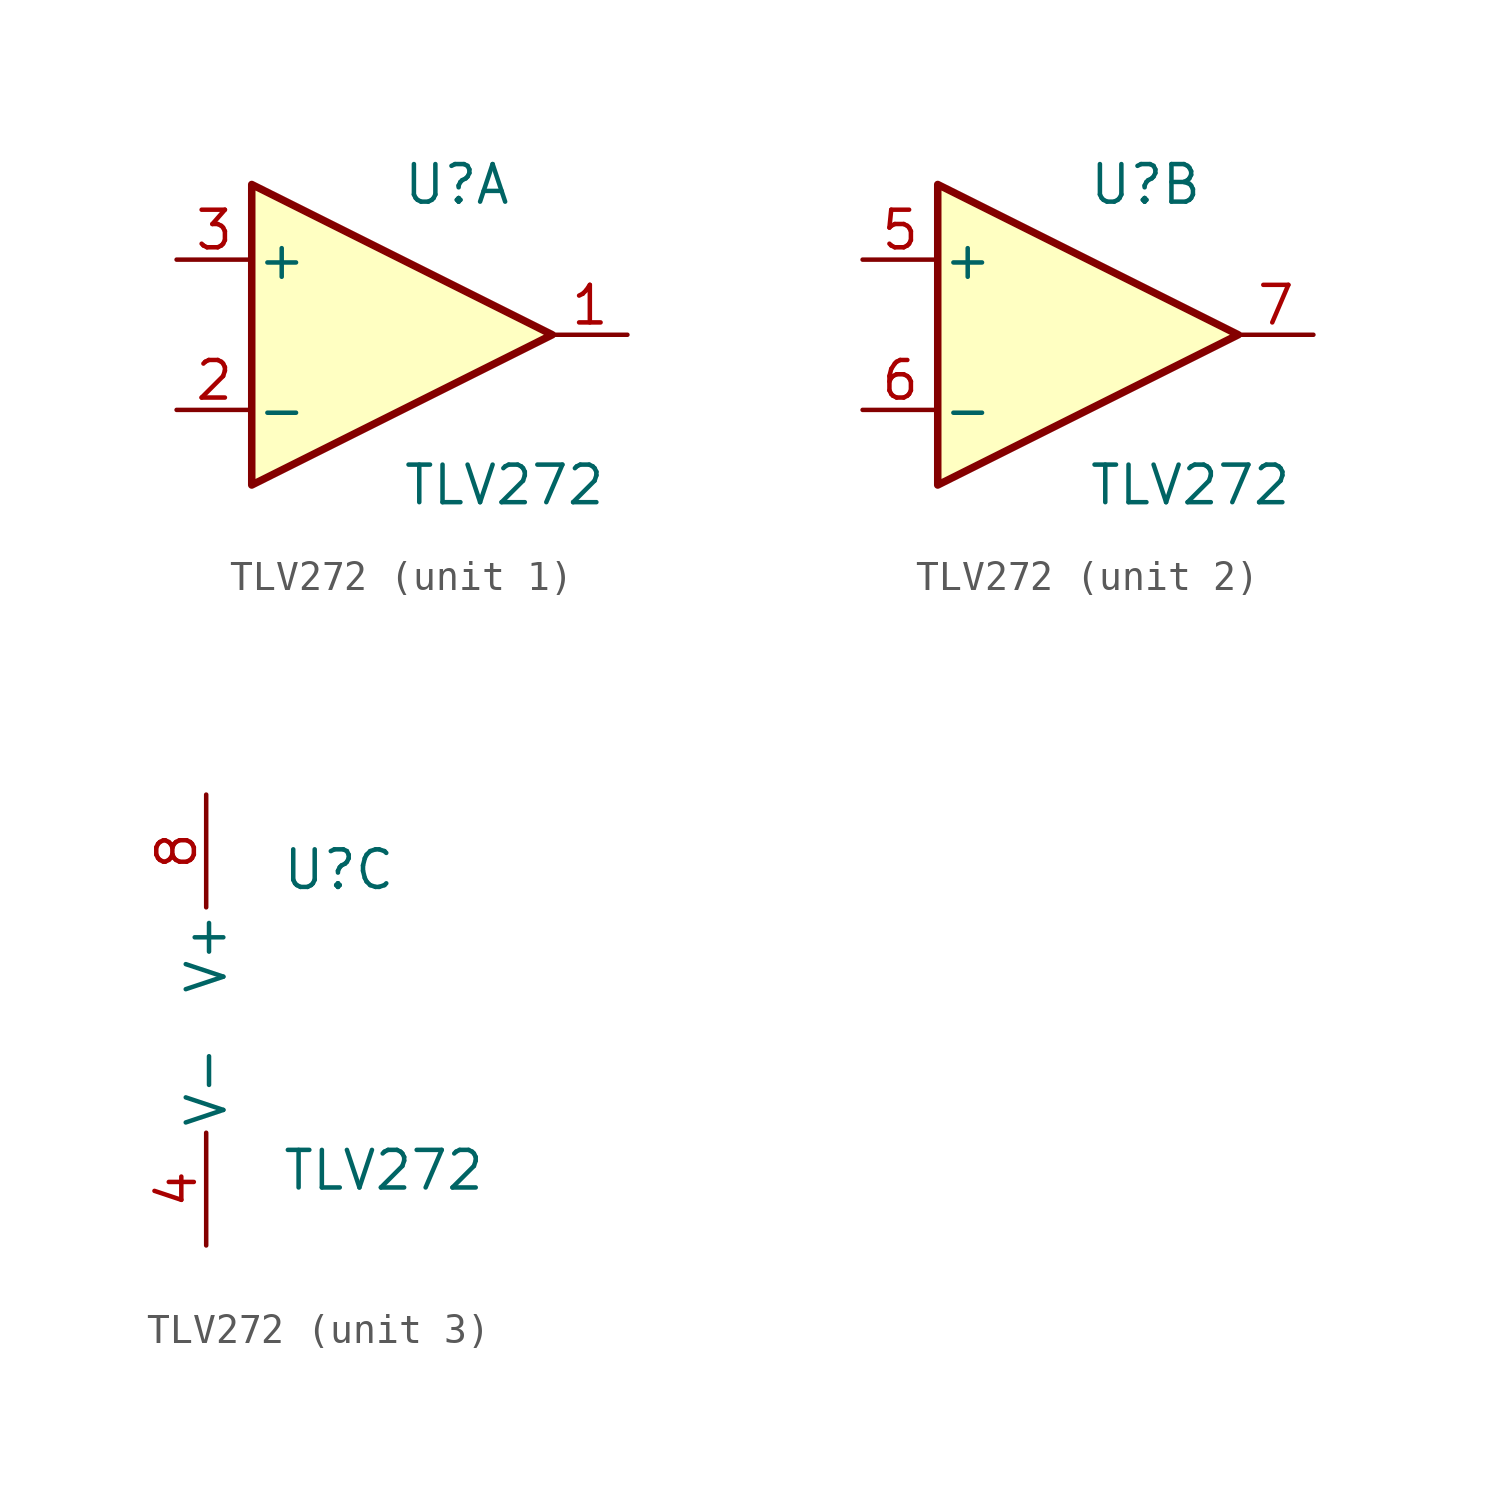
<source format=kicad_sym>
(kicad_symbol_lib
  (version 20211014)
  (generator kicad_symbol_editor)
  (symbol "TLV272"
    (pin_names
      (offset 0.127))
    (property "Reference" "U"
      (at 0 5.08 0)
      (effects (font (size 1.27 1.27)) (justify left)))
    (property "Value" "TLV272"
      (at 0 -5.08 0)
      (effects (font (size 1.27 1.27)) (justify left)))
    (property "ki_locked" ""
      (at 0 0 0)
      (effects (font (size 1.27 1.27))))
    (symbol "TLV272_1_1"
      (polyline (pts (xy -5.08 5.08) (xy 5.08 0) (xy -5.08 -5.08) (xy -5.08 5.08)) (stroke (width 0.254) (type default) (color 0 0 0 0)) (fill (type background)))
      (pin output line (at 7.62 0 180) (length 2.54) (name "~" (effects (font (size 1.27 1.27)))) (number "1" (effects (font (size 1.27 1.27)))))
      (pin input line (at -7.62 -2.54 0) (length 2.54) (name "-" (effects (font (size 1.27 1.27)))) (number "2" (effects (font (size 1.27 1.27)))))
      (pin input line (at -7.62 2.54 0) (length 2.54) (name "+" (effects (font (size 1.27 1.27)))) (number "3" (effects (font (size 1.27 1.27))))))
    (symbol "TLV272_2_1"
      (polyline (pts (xy -5.08 5.08) (xy 5.08 0) (xy -5.08 -5.08) (xy -5.08 5.08)) (stroke (width 0.254) (type default) (color 0 0 0 0)) (fill (type background)))
      (pin input line (at -7.62 2.54 0) (length 2.54) (name "+" (effects (font (size 1.27 1.27)))) (number "5" (effects (font (size 1.27 1.27)))))
      (pin input line (at -7.62 -2.54 0) (length 2.54) (name "-" (effects (font (size 1.27 1.27)))) (number "6" (effects (font (size 1.27 1.27)))))
      (pin output line (at 7.62 0 180) (length 2.54) (name "~" (effects (font (size 1.27 1.27)))) (number "7" (effects (font (size 1.27 1.27))))))
    (symbol "TLV272_3_1"
      (pin power_in line (at -2.54 -7.62 90) (length 3.81) (name "V-" (effects (font (size 1.27 1.27)))) (number "4" (effects (font (size 1.27 1.27)))))
      (pin power_in line (at -2.54 7.62 270) (length 3.81) (name "V+" (effects (font (size 1.27 1.27)))) (number "8" (effects (font (size 1.27 1.27))))))))
</source>
